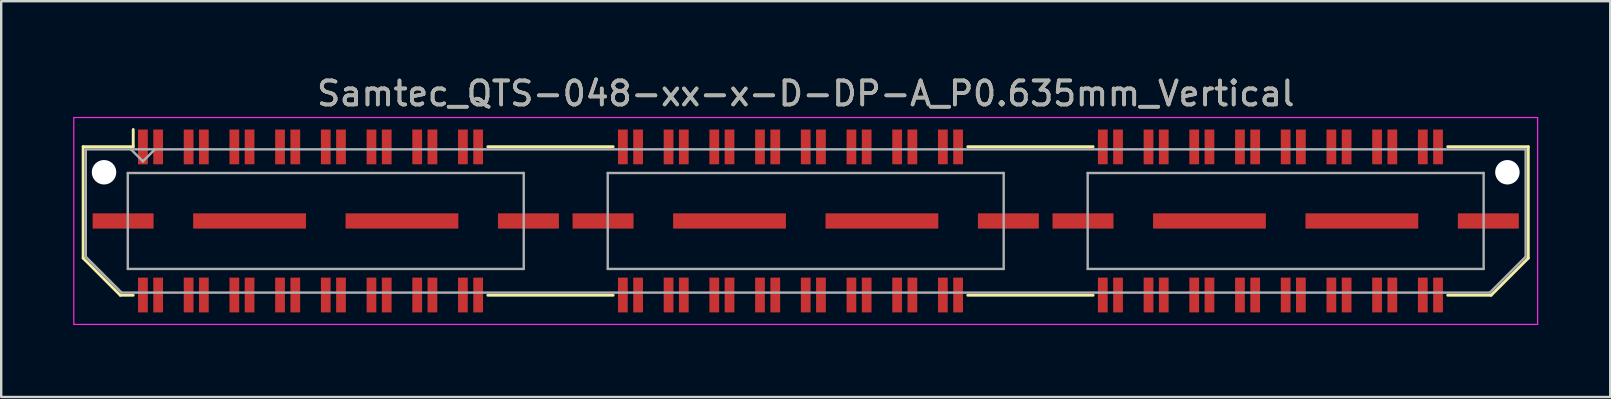
<source format=kicad_pcb>
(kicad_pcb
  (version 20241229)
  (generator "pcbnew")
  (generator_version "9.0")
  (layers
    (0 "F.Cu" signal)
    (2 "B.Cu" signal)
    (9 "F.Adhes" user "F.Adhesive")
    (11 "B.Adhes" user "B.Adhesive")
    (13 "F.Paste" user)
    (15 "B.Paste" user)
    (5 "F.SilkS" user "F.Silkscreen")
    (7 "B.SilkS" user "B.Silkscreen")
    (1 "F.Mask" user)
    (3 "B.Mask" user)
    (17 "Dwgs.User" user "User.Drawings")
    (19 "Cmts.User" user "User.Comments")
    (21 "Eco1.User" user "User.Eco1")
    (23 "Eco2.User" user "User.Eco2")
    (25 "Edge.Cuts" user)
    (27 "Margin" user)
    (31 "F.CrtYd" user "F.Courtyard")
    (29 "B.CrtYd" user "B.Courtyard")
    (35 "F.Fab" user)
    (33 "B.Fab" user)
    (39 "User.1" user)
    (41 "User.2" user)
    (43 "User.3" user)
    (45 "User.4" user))
  (footprint "Samtec_QTS-048-xx-x-D-DP-A_P0.635mm_Vertical"
    (layer "F.Cu")
    (at 30.525 6.158)
    (property "Reference" "Samtec_QTS-048-xx-x-D-DP-A_P0.635mm_Vertical" (at 0 -5.31 0) (layer "F.SilkS") (effects (font (size 1 1) (thickness 0.15))))
    (attr smd)
    (fp_line (start -30.11 -3.095) (end -30.11 1.548) (stroke (width 0.12) (type solid)) (layer "F.SilkS"))
    (fp_line (start -30.11 1.548) (end -28.562 3.095) (stroke (width 0.12) (type solid)) (layer "F.SilkS"))
    (fp_line (start -28.562 3.095) (end -28.023 3.095) (stroke (width 0.12) (type solid)) (layer "F.SilkS"))
    (fp_line (start -28.023 -3.811) (end -28.023 -3.095) (stroke (width 0.12) (type solid)) (layer "F.SilkS"))
    (fp_line (start -28.023 -3.095) (end -30.11 -3.095) (stroke (width 0.12) (type solid)) (layer "F.SilkS"))
    (fp_line (start -13.247 -3.095) (end -8.023 -3.095) (stroke (width 0.12) (type solid)) (layer "F.SilkS"))
    (fp_line (start -13.247 3.095) (end -8.023 3.095) (stroke (width 0.12) (type solid)) (layer "F.SilkS"))
    (fp_line (start 6.753 -3.095) (end 11.977 -3.095) (stroke (width 0.12) (type solid)) (layer "F.SilkS"))
    (fp_line (start 6.753 3.095) (end 11.977 3.095) (stroke (width 0.12) (type solid)) (layer "F.SilkS"))
    (fp_line (start 26.753 -3.095) (end 30.11 -3.095) (stroke (width 0.12) (type solid)) (layer "F.SilkS"))
    (fp_line (start 28.562 3.095) (end 26.753 3.095) (stroke (width 0.12) (type solid)) (layer "F.SilkS"))
    (fp_line (start 30.11 -3.095) (end 30.11 1.548) (stroke (width 0.12) (type solid)) (layer "F.SilkS"))
    (fp_line (start 30.11 1.548) (end 28.562 3.095) (stroke (width 0.12) (type solid)) (layer "F.SilkS"))
    (fp_line (start -30.5 -4.31) (end -30.5 4.31) (stroke (width 0.05) (type solid)) (layer "F.CrtYd"))
    (fp_line (start -30.5 4.31) (end 30.5 4.31) (stroke (width 0.05) (type solid)) (layer "F.CrtYd"))
    (fp_line (start 30.5 -4.31) (end -30.5 -4.31) (stroke (width 0.05) (type solid)) (layer "F.CrtYd"))
    (fp_line (start 30.5 4.31) (end 30.5 -4.31) (stroke (width 0.05) (type solid)) (layer "F.CrtYd"))
    (fp_line (start -30 -2.985) (end -30 1.492) (stroke (width 0.1) (type solid)) (layer "F.Fab"))
    (fp_line (start -30 -2.985) (end 30 -2.985) (stroke (width 0.1) (type solid)) (layer "F.Fab"))
    (fp_line (start -30 1.492) (end -28.508 2.985) (stroke (width 0.1) (type solid)) (layer "F.Fab"))
    (fp_line (start -28.508 2.985) (end 28.508 2.985) (stroke (width 0.1) (type solid)) (layer "F.Fab"))
    (fp_line (start -28.25 -2) (end -28.25 2) (stroke (width 0.1) (type solid)) (layer "F.Fab"))
    (fp_line (start -28.25 2) (end -11.75 2) (stroke (width 0.1) (type solid)) (layer "F.Fab"))
    (fp_line (start -27.62 -2.485) (end -28.12 -2.985) (stroke (width 0.1) (type solid)) (layer "F.Fab"))
    (fp_line (start -27.12 -2.985) (end -27.62 -2.485) (stroke (width 0.1) (type solid)) (layer "F.Fab"))
    (fp_line (start -11.75 -2) (end -28.25 -2) (stroke (width 0.1) (type solid)) (layer "F.Fab"))
    (fp_line (start -11.75 2) (end -11.75 -2) (stroke (width 0.1) (type solid)) (layer "F.Fab"))
    (fp_line (start -8.25 -2) (end -8.25 2) (stroke (width 0.1) (type solid)) (layer "F.Fab"))
    (fp_line (start -8.25 2) (end 8.25 2) (stroke (width 0.1) (type solid)) (layer "F.Fab"))
    (fp_line (start 8.25 -2) (end -8.25 -2) (stroke (width 0.1) (type solid)) (layer "F.Fab"))
    (fp_line (start 8.25 2) (end 8.25 -2) (stroke (width 0.1) (type solid)) (layer "F.Fab"))
    (fp_line (start 11.75 -2) (end 11.75 2) (stroke (width 0.1) (type solid)) (layer "F.Fab"))
    (fp_line (start 11.75 2) (end 28.25 2) (stroke (width 0.1) (type solid)) (layer "F.Fab"))
    (fp_line (start 28.25 -2) (end 11.75 -2) (stroke (width 0.1) (type solid)) (layer "F.Fab"))
    (fp_line (start 28.25 2) (end 28.25 -2) (stroke (width 0.1) (type solid)) (layer "F.Fab"))
    (fp_line (start 30 -2.985) (end 30 1.492) (stroke (width 0.1) (type solid)) (layer "F.Fab"))
    (fp_line (start 30 1.492) (end 28.508 2.985) (stroke (width 0.1) (type solid)) (layer "F.Fab"))
    (fp_text user "${REFERENCE}" (at 0 -5.31 0) (layer "F.Fab") (effects (font (size 1 1) (thickness 0.15))))
    (pad "" np_thru_hole circle (at -29.24 -2.03) (size 1.02 1.02) (drill 1.02) (layers "*.Cu" "*.Mask"))
    (pad "" np_thru_hole circle (at 29.24 -2.03) (size 1.02 1.02) (drill 1.02) (layers "*.Cu" "*.Mask"))
    (pad "1" smd rect (at -27.62 -3.086) (size 0.406 1.45) (layers "F.Cu" "F.Mask" "F.Paste"))
    (pad "2" smd rect (at -27.62 3.086) (size 0.406 1.45) (layers "F.Cu" "F.Mask" "F.Paste"))
    (pad "3" smd rect (at -26.985 -3.086) (size 0.406 1.45) (layers "F.Cu" "F.Mask" "F.Paste"))
    (pad "4" smd rect (at -26.985 3.086) (size 0.406 1.45) (layers "F.Cu" "F.Mask" "F.Paste"))
    (pad "5" smd rect (at -25.715 -3.086) (size 0.406 1.45) (layers "F.Cu" "F.Mask" "F.Paste"))
    (pad "6" smd rect (at -25.715 3.086) (size 0.406 1.45) (layers "F.Cu" "F.Mask" "F.Paste"))
    (pad "7" smd rect (at -25.08 -3.086) (size 0.406 1.45) (layers "F.Cu" "F.Mask" "F.Paste"))
    (pad "8" smd rect (at -25.08 3.086) (size 0.406 1.45) (layers "F.Cu" "F.Mask" "F.Paste"))
    (pad "9" smd rect (at -23.81 -3.086) (size 0.406 1.45) (layers "F.Cu" "F.Mask" "F.Paste"))
    (pad "10" smd rect (at -23.81 3.086) (size 0.406 1.45) (layers "F.Cu" "F.Mask" "F.Paste"))
    (pad "11" smd rect (at -23.175 -3.086) (size 0.406 1.45) (layers "F.Cu" "F.Mask" "F.Paste"))
    (pad "12" smd rect (at -23.175 3.086) (size 0.406 1.45) (layers "F.Cu" "F.Mask" "F.Paste"))
    (pad "13" smd rect (at -21.905 -3.086) (size 0.406 1.45) (layers "F.Cu" "F.Mask" "F.Paste"))
    (pad "14" smd rect (at -21.905 3.086) (size 0.406 1.45) (layers "F.Cu" "F.Mask" "F.Paste"))
    (pad "15" smd rect (at -21.27 -3.086) (size 0.406 1.45) (layers "F.Cu" "F.Mask" "F.Paste"))
    (pad "16" smd rect (at -21.27 3.086) (size 0.406 1.45) (layers "F.Cu" "F.Mask" "F.Paste"))
    (pad "17" smd rect (at -20 -3.086) (size 0.406 1.45) (layers "F.Cu" "F.Mask" "F.Paste"))
    (pad "18" smd rect (at -20 3.086) (size 0.406 1.45) (layers "F.Cu" "F.Mask" "F.Paste"))
    (pad "19" smd rect (at -19.365 -3.086) (size 0.406 1.45) (layers "F.Cu" "F.Mask" "F.Paste"))
    (pad "20" smd rect (at -19.365 3.086) (size 0.406 1.45) (layers "F.Cu" "F.Mask" "F.Paste"))
    (pad "21" smd rect (at -18.095 -3.086) (size 0.406 1.45) (layers "F.Cu" "F.Mask" "F.Paste"))
    (pad "22" smd rect (at -18.095 3.086) (size 0.406 1.45) (layers "F.Cu" "F.Mask" "F.Paste"))
    (pad "23" smd rect (at -17.46 -3.086) (size 0.406 1.45) (layers "F.Cu" "F.Mask" "F.Paste"))
    (pad "24" smd rect (at -17.46 3.086) (size 0.406 1.45) (layers "F.Cu" "F.Mask" "F.Paste"))
    (pad "25" smd rect (at -16.19 -3.086) (size 0.406 1.45) (layers "F.Cu" "F.Mask" "F.Paste"))
    (pad "26" smd rect (at -16.19 3.086) (size 0.406 1.45) (layers "F.Cu" "F.Mask" "F.Paste"))
    (pad "27" smd rect (at -15.555 -3.086) (size 0.406 1.45) (layers "F.Cu" "F.Mask" "F.Paste"))
    (pad "28" smd rect (at -15.555 3.086) (size 0.406 1.45) (layers "F.Cu" "F.Mask" "F.Paste"))
    (pad "29" smd rect (at -14.285 -3.086) (size 0.406 1.45) (layers "F.Cu" "F.Mask" "F.Paste"))
    (pad "30" smd rect (at -14.285 3.086) (size 0.406 1.45) (layers "F.Cu" "F.Mask" "F.Paste"))
    (pad "31" smd rect (at -13.65 -3.086) (size 0.406 1.45) (layers "F.Cu" "F.Mask" "F.Paste"))
    (pad "32" smd rect (at -13.65 3.086) (size 0.406 1.45) (layers "F.Cu" "F.Mask" "F.Paste"))
    (pad "33" smd rect (at -7.62 -3.086) (size 0.406 1.45) (layers "F.Cu" "F.Mask" "F.Paste"))
    (pad "34" smd rect (at -7.62 3.086) (size 0.406 1.45) (layers "F.Cu" "F.Mask" "F.Paste"))
    (pad "35" smd rect (at -6.985 -3.086) (size 0.406 1.45) (layers "F.Cu" "F.Mask" "F.Paste"))
    (pad "36" smd rect (at -6.985 3.086) (size 0.406 1.45) (layers "F.Cu" "F.Mask" "F.Paste"))
    (pad "37" smd rect (at -5.715 -3.086) (size 0.406 1.45) (layers "F.Cu" "F.Mask" "F.Paste"))
    (pad "38" smd rect (at -5.715 3.086) (size 0.406 1.45) (layers "F.Cu" "F.Mask" "F.Paste"))
    (pad "39" smd rect (at -5.08 -3.086) (size 0.406 1.45) (layers "F.Cu" "F.Mask" "F.Paste"))
    (pad "40" smd rect (at -5.08 3.086) (size 0.406 1.45) (layers "F.Cu" "F.Mask" "F.Paste"))
    (pad "41" smd rect (at -3.81 -3.086) (size 0.406 1.45) (layers "F.Cu" "F.Mask" "F.Paste"))
    (pad "42" smd rect (at -3.81 3.086) (size 0.406 1.45) (layers "F.Cu" "F.Mask" "F.Paste"))
    (pad "43" smd rect (at -3.175 -3.086) (size 0.406 1.45) (layers "F.Cu" "F.Mask" "F.Paste"))
    (pad "44" smd rect (at -3.175 3.086) (size 0.406 1.45) (layers "F.Cu" "F.Mask" "F.Paste"))
    (pad "45" smd rect (at -1.905 -3.086) (size 0.406 1.45) (layers "F.Cu" "F.Mask" "F.Paste"))
    (pad "46" smd rect (at -1.905 3.086) (size 0.406 1.45) (layers "F.Cu" "F.Mask" "F.Paste"))
    (pad "47" smd rect (at -1.27 -3.086) (size 0.406 1.45) (layers "F.Cu" "F.Mask" "F.Paste"))
    (pad "48" smd rect (at -1.27 3.086) (size 0.406 1.45) (layers "F.Cu" "F.Mask" "F.Paste"))
    (pad "49" smd rect (at 0 -3.086) (size 0.406 1.45) (layers "F.Cu" "F.Mask" "F.Paste"))
    (pad "50" smd rect (at 0 3.086) (size 0.406 1.45) (layers "F.Cu" "F.Mask" "F.Paste"))
    (pad "51" smd rect (at 0.635 -3.086) (size 0.406 1.45) (layers "F.Cu" "F.Mask" "F.Paste"))
    (pad "52" smd rect (at 0.635 3.086) (size 0.406 1.45) (layers "F.Cu" "F.Mask" "F.Paste"))
    (pad "53" smd rect (at 1.905 -3.086) (size 0.406 1.45) (layers "F.Cu" "F.Mask" "F.Paste"))
    (pad "54" smd rect (at 1.905 3.086) (size 0.406 1.45) (layers "F.Cu" "F.Mask" "F.Paste"))
    (pad "55" smd rect (at 2.54 -3.086) (size 0.406 1.45) (layers "F.Cu" "F.Mask" "F.Paste"))
    (pad "56" smd rect (at 2.54 3.086) (size 0.406 1.45) (layers "F.Cu" "F.Mask" "F.Paste"))
    (pad "57" smd rect (at 3.81 -3.086) (size 0.406 1.45) (layers "F.Cu" "F.Mask" "F.Paste"))
    (pad "58" smd rect (at 3.81 3.086) (size 0.406 1.45) (layers "F.Cu" "F.Mask" "F.Paste"))
    (pad "59" smd rect (at 4.445 -3.086) (size 0.406 1.45) (layers "F.Cu" "F.Mask" "F.Paste"))
    (pad "60" smd rect (at 4.445 3.086) (size 0.406 1.45) (layers "F.Cu" "F.Mask" "F.Paste"))
    (pad "61" smd rect (at 5.715 -3.086) (size 0.406 1.45) (layers "F.Cu" "F.Mask" "F.Paste"))
    (pad "62" smd rect (at 5.715 3.086) (size 0.406 1.45) (layers "F.Cu" "F.Mask" "F.Paste"))
    (pad "63" smd rect (at 6.35 -3.086) (size 0.406 1.45) (layers "F.Cu" "F.Mask" "F.Paste"))
    (pad "64" smd rect (at 6.35 3.086) (size 0.406 1.45) (layers "F.Cu" "F.Mask" "F.Paste"))
    (pad "65" smd rect (at 12.38 -3.086) (size 0.406 1.45) (layers "F.Cu" "F.Mask" "F.Paste"))
    (pad "66" smd rect (at 12.38 3.086) (size 0.406 1.45) (layers "F.Cu" "F.Mask" "F.Paste"))
    (pad "67" smd rect (at 13.015 -3.086) (size 0.406 1.45) (layers "F.Cu" "F.Mask" "F.Paste"))
    (pad "68" smd rect (at 13.015 3.086) (size 0.406 1.45) (layers "F.Cu" "F.Mask" "F.Paste"))
    (pad "69" smd rect (at 14.285 -3.086) (size 0.406 1.45) (layers "F.Cu" "F.Mask" "F.Paste"))
    (pad "70" smd rect (at 14.285 3.086) (size 0.406 1.45) (layers "F.Cu" "F.Mask" "F.Paste"))
    (pad "71" smd rect (at 14.92 -3.086) (size 0.406 1.45) (layers "F.Cu" "F.Mask" "F.Paste"))
    (pad "72" smd rect (at 14.92 3.086) (size 0.406 1.45) (layers "F.Cu" "F.Mask" "F.Paste"))
    (pad "73" smd rect (at 16.19 -3.086) (size 0.406 1.45) (layers "F.Cu" "F.Mask" "F.Paste"))
    (pad "74" smd rect (at 16.19 3.086) (size 0.406 1.45) (layers "F.Cu" "F.Mask" "F.Paste"))
    (pad "75" smd rect (at 16.825 -3.086) (size 0.406 1.45) (layers "F.Cu" "F.Mask" "F.Paste"))
    (pad "76" smd rect (at 16.825 3.086) (size 0.406 1.45) (layers "F.Cu" "F.Mask" "F.Paste"))
    (pad "77" smd rect (at 18.095 -3.086) (size 0.406 1.45) (layers "F.Cu" "F.Mask" "F.Paste"))
    (pad "78" smd rect (at 18.095 3.086) (size 0.406 1.45) (layers "F.Cu" "F.Mask" "F.Paste"))
    (pad "79" smd rect (at 18.73 -3.086) (size 0.406 1.45) (layers "F.Cu" "F.Mask" "F.Paste"))
    (pad "80" smd rect (at 18.73 3.086) (size 0.406 1.45) (layers "F.Cu" "F.Mask" "F.Paste"))
    (pad "81" smd rect (at 20 -3.086) (size 0.406 1.45) (layers "F.Cu" "F.Mask" "F.Paste"))
    (pad "82" smd rect (at 20 3.086) (size 0.406 1.45) (layers "F.Cu" "F.Mask" "F.Paste"))
    (pad "83" smd rect (at 20.635 -3.086) (size 0.406 1.45) (layers "F.Cu" "F.Mask" "F.Paste"))
    (pad "84" smd rect (at 20.635 3.086) (size 0.406 1.45) (layers "F.Cu" "F.Mask" "F.Paste"))
    (pad "85" smd rect (at 21.905 -3.086) (size 0.406 1.45) (layers "F.Cu" "F.Mask" "F.Paste"))
    (pad "86" smd rect (at 21.905 3.086) (size 0.406 1.45) (layers "F.Cu" "F.Mask" "F.Paste"))
    (pad "87" smd rect (at 22.54 -3.086) (size 0.406 1.45) (layers "F.Cu" "F.Mask" "F.Paste"))
    (pad "88" smd rect (at 22.54 3.086) (size 0.406 1.45) (layers "F.Cu" "F.Mask" "F.Paste"))
    (pad "89" smd rect (at 23.81 -3.086) (size 0.406 1.45) (layers "F.Cu" "F.Mask" "F.Paste"))
    (pad "90" smd rect (at 23.81 3.086) (size 0.406 1.45) (layers "F.Cu" "F.Mask" "F.Paste"))
    (pad "91" smd rect (at 24.445 -3.086) (size 0.406 1.45) (layers "F.Cu" "F.Mask" "F.Paste"))
    (pad "92" smd rect (at 24.445 3.086) (size 0.406 1.45) (layers "F.Cu" "F.Mask" "F.Paste"))
    (pad "93" smd rect (at 25.715 -3.086) (size 0.406 1.45) (layers "F.Cu" "F.Mask" "F.Paste"))
    (pad "94" smd rect (at 25.715 3.086) (size 0.406 1.45) (layers "F.Cu" "F.Mask" "F.Paste"))
    (pad "95" smd rect (at 26.35 -3.086) (size 0.406 1.45) (layers "F.Cu" "F.Mask" "F.Paste"))
    (pad "96" smd rect (at 26.35 3.086) (size 0.406 1.45) (layers "F.Cu" "F.Mask" "F.Paste"))
    (pad "P1" smd rect (at -28.445 0) (size 2.54 0.635) (layers "F.Cu" "F.Mask" "F.Paste"))
    (pad "P1" smd rect (at -23.175 0) (size 4.7 0.635) (layers "F.Cu" "F.Mask" "F.Paste"))
    (pad "P1" smd rect (at -16.825 0) (size 4.7 0.635) (layers "F.Cu" "F.Mask" "F.Paste"))
    (pad "P1" smd rect (at -11.555 0) (size 2.54 0.635) (layers "F.Cu" "F.Mask" "F.Paste"))
    (pad "P2" smd rect (at -8.445 0) (size 2.54 0.635) (layers "F.Cu" "F.Mask" "F.Paste"))
    (pad "P2" smd rect (at -3.175 0) (size 4.7 0.635) (layers "F.Cu" "F.Mask" "F.Paste"))
    (pad "P2" smd rect (at 3.175 0) (size 4.7 0.635) (layers "F.Cu" "F.Mask" "F.Paste"))
    (pad "P2" smd rect (at 8.445 0) (size 2.54 0.635) (layers "F.Cu" "F.Mask" "F.Paste"))
    (pad "P3" smd rect (at 11.555 0) (size 2.54 0.635) (layers "F.Cu" "F.Mask" "F.Paste"))
    (pad "P3" smd rect (at 16.825 0) (size 4.7 0.635) (layers "F.Cu" "F.Mask" "F.Paste"))
    (pad "P3" smd rect (at 23.175 0) (size 4.7 0.635) (layers "F.Cu" "F.Mask" "F.Paste"))
    (pad "P3" smd rect (at 28.445 0) (size 2.54 0.635) (layers "F.Cu" "F.Mask" "F.Paste")))
  (gr_rect
    (start -3 -3)
    (end 64.05 13.493)
    (stroke (width 0.1) (type default))
    (fill no)
    (layer "Edge.Cuts")))
</source>
